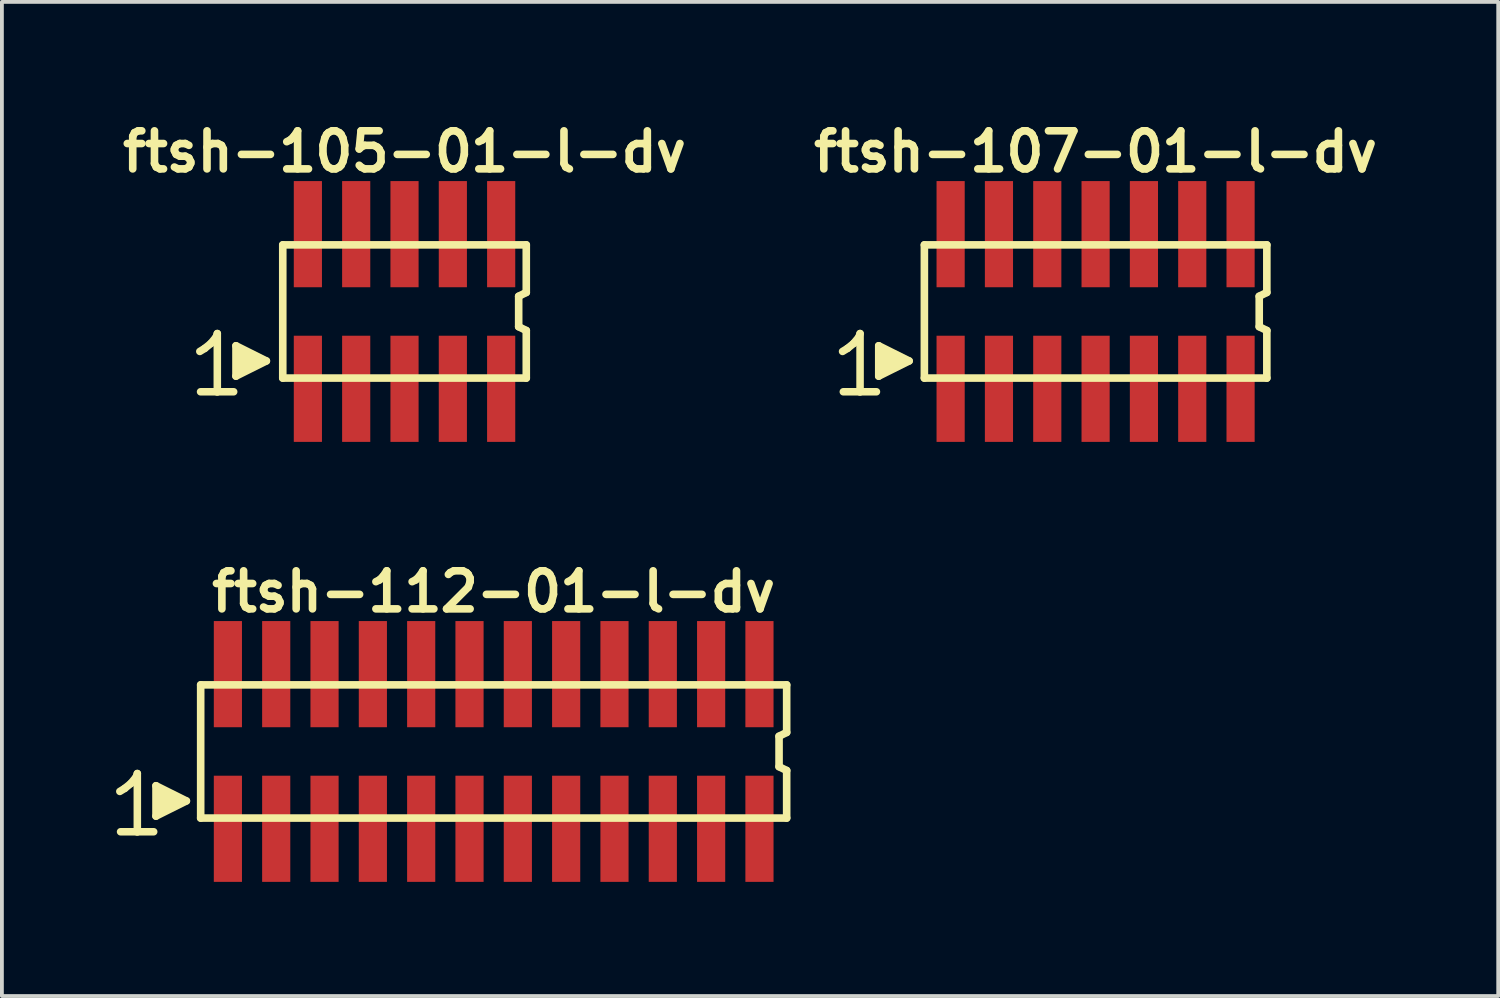
<source format=kicad_pcb>
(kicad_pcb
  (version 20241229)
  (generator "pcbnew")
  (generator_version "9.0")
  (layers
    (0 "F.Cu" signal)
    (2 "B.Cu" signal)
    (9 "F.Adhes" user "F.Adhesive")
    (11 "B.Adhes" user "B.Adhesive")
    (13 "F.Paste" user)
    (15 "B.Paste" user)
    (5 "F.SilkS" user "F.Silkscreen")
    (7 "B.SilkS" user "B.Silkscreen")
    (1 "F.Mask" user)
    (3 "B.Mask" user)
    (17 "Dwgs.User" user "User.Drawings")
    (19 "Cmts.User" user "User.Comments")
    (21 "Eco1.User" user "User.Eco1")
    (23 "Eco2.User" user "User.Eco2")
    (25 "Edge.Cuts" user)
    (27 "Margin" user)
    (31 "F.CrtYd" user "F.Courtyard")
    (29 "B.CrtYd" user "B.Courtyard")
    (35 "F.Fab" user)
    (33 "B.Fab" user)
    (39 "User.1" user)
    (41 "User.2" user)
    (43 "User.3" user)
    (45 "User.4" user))
  (footprint "ftsh-112-01-l-dv"
    (layer "F.Cu")
    (at 9.924 16.699)
    (property "Reference" "ftsh-112-01-l-dv" (at 0 -4.2 0) (layer "F.SilkS") (effects (font (size 1 1) (thickness 0.2))))
    (attr smd)
    (fp_line (start -9.825 1.05) (end -9.695 0.97) (stroke (width 0.198) (type solid)) (layer "F.SilkS"))
    (fp_line (start -9.695 0.97) (end -9.535 0.84) (stroke (width 0.198) (type solid)) (layer "F.SilkS"))
    (fp_line (start -9.535 0.84) (end -9.395 0.67) (stroke (width 0.198) (type solid)) (layer "F.SilkS"))
    (fp_line (start -9.395 0.67) (end -9.365 0.58) (stroke (width 0.198) (type solid)) (layer "F.SilkS"))
    (fp_line (start -9.365 0.58) (end -9.365 2.11) (stroke (width 0.198) (type solid)) (layer "F.SilkS"))
    (fp_line (start -9.365 2.11) (end -9.805 2.11) (stroke (width 0.198) (type solid)) (layer "F.SilkS"))
    (fp_line (start -8.935 2.11) (end -9.375 2.11) (stroke (width 0.198) (type solid)) (layer "F.SilkS"))
    (fp_line (start -8.875 0.9) (end -8.075 1.3) (stroke (width 0.198) (type solid)) (layer "F.SilkS"))
    (fp_line (start -8.875 1.7) (end -8.875 0.9) (stroke (width 0.198) (type solid)) (layer "F.SilkS"))
    (fp_line (start -8.775 1.6) (end -8.775 1) (stroke (width 0.198) (type solid)) (layer "F.SilkS"))
    (fp_line (start -8.675 1.1) (end -8.675 1.5) (stroke (width 0.198) (type solid)) (layer "F.SilkS"))
    (fp_line (start -8.575 1.5) (end -8.575 1.1) (stroke (width 0.198) (type solid)) (layer "F.SilkS"))
    (fp_line (start -8.475 1.2) (end -8.475 1.4) (stroke (width 0.198) (type solid)) (layer "F.SilkS"))
    (fp_line (start -8.375 1.4) (end -8.375 1.2) (stroke (width 0.198) (type solid)) (layer "F.SilkS"))
    (fp_line (start -8.075 1.3) (end -8.875 1.7) (stroke (width 0.198) (type solid)) (layer "F.SilkS"))
    (fp_line (start -7.7 -1.75) (end -7.7 1.75) (stroke (width 0.2) (type solid)) (layer "F.SilkS"))
    (fp_line (start -7.7 -1.75) (end 7.7 -1.75) (stroke (width 0.2) (type solid)) (layer "F.SilkS"))
    (fp_line (start -7.7 1.75) (end 7.7 1.75) (stroke (width 0.2) (type solid)) (layer "F.SilkS"))
    (fp_line (start 7.5 -0.4) (end 7.5 0.4) (stroke (width 0.2) (type solid)) (layer "F.SilkS"))
    (fp_line (start 7.5 0.4) (end 7.7 0.5) (stroke (width 0.2) (type solid)) (layer "F.SilkS"))
    (fp_line (start 7.7 -0.5) (end 7.5 -0.4) (stroke (width 0.2) (type solid)) (layer "F.SilkS"))
    (fp_line (start 7.7 -0.5) (end 7.7 -1.75) (stroke (width 0.2) (type solid)) (layer "F.SilkS"))
    (fp_line (start 7.7 0.5) (end 7.7 1.75) (stroke (width 0.2) (type solid)) (layer "F.SilkS"))
    (pad "1" smd rect (at -6.985 2.032) (size 0.74 2.79) (layers "F.Cu" "F.Mask" "F.Paste"))
    (pad "2" smd rect (at -6.985 -2.032) (size 0.74 2.79) (layers "F.Cu" "F.Mask" "F.Paste"))
    (pad "3" smd rect (at -5.715 2.032) (size 0.74 2.79) (layers "F.Cu" "F.Mask" "F.Paste"))
    (pad "4" smd rect (at -5.715 -2.032) (size 0.74 2.79) (layers "F.Cu" "F.Mask" "F.Paste"))
    (pad "5" smd rect (at -4.445 2.032) (size 0.74 2.79) (layers "F.Cu" "F.Mask" "F.Paste"))
    (pad "6" smd rect (at -4.445 -2.032) (size 0.74 2.79) (layers "F.Cu" "F.Mask" "F.Paste"))
    (pad "7" smd rect (at -3.175 2.032) (size 0.74 2.79) (layers "F.Cu" "F.Mask" "F.Paste"))
    (pad "8" smd rect (at -3.175 -2.032) (size 0.74 2.79) (layers "F.Cu" "F.Mask" "F.Paste"))
    (pad "9" smd rect (at -1.905 2.032) (size 0.74 2.79) (layers "F.Cu" "F.Mask" "F.Paste"))
    (pad "10" smd rect (at -1.905 -2.032) (size 0.74 2.79) (layers "F.Cu" "F.Mask" "F.Paste"))
    (pad "11" smd rect (at -0.635 2.032) (size 0.74 2.79) (layers "F.Cu" "F.Mask" "F.Paste"))
    (pad "12" smd rect (at -0.635 -2.032) (size 0.74 2.79) (layers "F.Cu" "F.Mask" "F.Paste"))
    (pad "13" smd rect (at 0.635 2.032) (size 0.74 2.79) (layers "F.Cu" "F.Mask" "F.Paste"))
    (pad "14" smd rect (at 0.635 -2.032) (size 0.74 2.79) (layers "F.Cu" "F.Mask" "F.Paste"))
    (pad "15" smd rect (at 1.905 2.032) (size 0.74 2.79) (layers "F.Cu" "F.Mask" "F.Paste"))
    (pad "16" smd rect (at 1.905 -2.032) (size 0.74 2.79) (layers "F.Cu" "F.Mask" "F.Paste"))
    (pad "17" smd rect (at 3.175 2.032) (size 0.74 2.79) (layers "F.Cu" "F.Mask" "F.Paste"))
    (pad "18" smd rect (at 3.175 -2.032) (size 0.74 2.79) (layers "F.Cu" "F.Mask" "F.Paste"))
    (pad "19" smd rect (at 4.445 2.032) (size 0.74 2.79) (layers "F.Cu" "F.Mask" "F.Paste"))
    (pad "20" smd rect (at 4.445 -2.032) (size 0.74 2.79) (layers "F.Cu" "F.Mask" "F.Paste"))
    (pad "21" smd rect (at 5.715 2.032) (size 0.74 2.79) (layers "F.Cu" "F.Mask" "F.Paste"))
    (pad "22" smd rect (at 5.715 -2.032) (size 0.74 2.79) (layers "F.Cu" "F.Mask" "F.Paste"))
    (pad "23" smd rect (at 6.985 2.032) (size 0.74 2.79) (layers "F.Cu" "F.Mask" "F.Paste"))
    (pad "24" smd rect (at 6.985 -2.032) (size 0.74 2.79) (layers "F.Cu" "F.Mask" "F.Paste")))
  (footprint "ftsh-105-01-l-dv"
    (layer "F.Cu")
    (at 7.581 5.136)
    (property "Reference" "ftsh-105-01-l-dv" (at 0 -4.2 0) (layer "F.SilkS") (effects (font (size 1 1) (thickness 0.2))))
    (attr smd)
    (fp_line (start -5.38 1.05) (end -5.25 0.97) (stroke (width 0.198) (type solid)) (layer "F.SilkS"))
    (fp_line (start -5.25 0.97) (end -5.09 0.84) (stroke (width 0.198) (type solid)) (layer "F.SilkS"))
    (fp_line (start -5.09 0.84) (end -4.95 0.67) (stroke (width 0.198) (type solid)) (layer "F.SilkS"))
    (fp_line (start -4.95 0.67) (end -4.92 0.58) (stroke (width 0.198) (type solid)) (layer "F.SilkS"))
    (fp_line (start -4.92 0.58) (end -4.92 2.11) (stroke (width 0.198) (type solid)) (layer "F.SilkS"))
    (fp_line (start -4.92 2.11) (end -5.36 2.11) (stroke (width 0.198) (type solid)) (layer "F.SilkS"))
    (fp_line (start -4.49 2.11) (end -4.93 2.11) (stroke (width 0.198) (type solid)) (layer "F.SilkS"))
    (fp_line (start -4.43 0.9) (end -3.63 1.3) (stroke (width 0.198) (type solid)) (layer "F.SilkS"))
    (fp_line (start -4.43 1.7) (end -4.43 0.9) (stroke (width 0.198) (type solid)) (layer "F.SilkS"))
    (fp_line (start -4.33 1.6) (end -4.33 1) (stroke (width 0.198) (type solid)) (layer "F.SilkS"))
    (fp_line (start -4.23 1.1) (end -4.23 1.5) (stroke (width 0.198) (type solid)) (layer "F.SilkS"))
    (fp_line (start -4.13 1.5) (end -4.13 1.1) (stroke (width 0.198) (type solid)) (layer "F.SilkS"))
    (fp_line (start -4.03 1.2) (end -4.03 1.4) (stroke (width 0.198) (type solid)) (layer "F.SilkS"))
    (fp_line (start -3.93 1.4) (end -3.93 1.2) (stroke (width 0.198) (type solid)) (layer "F.SilkS"))
    (fp_line (start -3.63 1.3) (end -4.43 1.7) (stroke (width 0.198) (type solid)) (layer "F.SilkS"))
    (fp_line (start -3.2 -1.75) (end -3.2 1.75) (stroke (width 0.2) (type solid)) (layer "F.SilkS"))
    (fp_line (start -3.2 -1.75) (end 3.2 -1.75) (stroke (width 0.2) (type solid)) (layer "F.SilkS"))
    (fp_line (start -3.2 1.75) (end 3.2 1.75) (stroke (width 0.2) (type solid)) (layer "F.SilkS"))
    (fp_line (start 3 -0.4) (end 3 0.4) (stroke (width 0.2) (type solid)) (layer "F.SilkS"))
    (fp_line (start 3 -0.4) (end 3.2 -0.5) (stroke (width 0.2) (type solid)) (layer "F.SilkS"))
    (fp_line (start 3 0.4) (end 3.2 0.5) (stroke (width 0.2) (type solid)) (layer "F.SilkS"))
    (fp_line (start 3.2 -0.5) (end 3.2 -1.75) (stroke (width 0.2) (type solid)) (layer "F.SilkS"))
    (fp_line (start 3.2 0.5) (end 3.2 1.75) (stroke (width 0.2) (type solid)) (layer "F.SilkS"))
    (pad "1" smd rect (at -2.54 2.032) (size 0.74 2.79) (layers "F.Cu" "F.Mask" "F.Paste"))
    (pad "2" smd rect (at -2.54 -2.032) (size 0.74 2.79) (layers "F.Cu" "F.Mask" "F.Paste"))
    (pad "3" smd rect (at -1.27 2.032) (size 0.74 2.79) (layers "F.Cu" "F.Mask" "F.Paste"))
    (pad "4" smd rect (at -1.27 -2.032) (size 0.74 2.79) (layers "F.Cu" "F.Mask" "F.Paste"))
    (pad "5" smd rect (at 0 2.032) (size 0.74 2.79) (layers "F.Cu" "F.Mask" "F.Paste"))
    (pad "6" smd rect (at 0 -2.032) (size 0.74 2.79) (layers "F.Cu" "F.Mask" "F.Paste"))
    (pad "7" smd rect (at 1.27 2.032) (size 0.74 2.79) (layers "F.Cu" "F.Mask" "F.Paste"))
    (pad "8" smd rect (at 1.27 -2.032) (size 0.74 2.79) (layers "F.Cu" "F.Mask" "F.Paste"))
    (pad "9" smd rect (at 2.54 2.032) (size 0.74 2.79) (layers "F.Cu" "F.Mask" "F.Paste"))
    (pad "10" smd rect (at 2.54 -2.032) (size 0.74 2.79) (layers "F.Cu" "F.Mask" "F.Paste")))
  (footprint "ftsh-107-01-l-dv"
    (layer "F.Cu")
    (at 25.743 5.136)
    (property "Reference" "ftsh-107-01-l-dv" (at 0 -4.2 0) (layer "F.SilkS") (effects (font (size 1 1) (thickness 0.2))))
    (attr smd)
    (fp_line (start -6.65 1.05) (end -6.52 0.97) (stroke (width 0.198) (type solid)) (layer "F.SilkS"))
    (fp_line (start -6.52 0.97) (end -6.36 0.84) (stroke (width 0.198) (type solid)) (layer "F.SilkS"))
    (fp_line (start -6.36 0.84) (end -6.22 0.67) (stroke (width 0.198) (type solid)) (layer "F.SilkS"))
    (fp_line (start -6.22 0.67) (end -6.19 0.58) (stroke (width 0.198) (type solid)) (layer "F.SilkS"))
    (fp_line (start -6.19 0.58) (end -6.19 2.11) (stroke (width 0.198) (type solid)) (layer "F.SilkS"))
    (fp_line (start -6.19 2.11) (end -6.63 2.11) (stroke (width 0.198) (type solid)) (layer "F.SilkS"))
    (fp_line (start -5.76 2.11) (end -6.2 2.11) (stroke (width 0.198) (type solid)) (layer "F.SilkS"))
    (fp_line (start -5.7 0.9) (end -4.9 1.3) (stroke (width 0.198) (type solid)) (layer "F.SilkS"))
    (fp_line (start -5.7 1.7) (end -5.7 0.9) (stroke (width 0.198) (type solid)) (layer "F.SilkS"))
    (fp_line (start -5.6 1.6) (end -5.6 1) (stroke (width 0.198) (type solid)) (layer "F.SilkS"))
    (fp_line (start -5.5 1.1) (end -5.5 1.5) (stroke (width 0.198) (type solid)) (layer "F.SilkS"))
    (fp_line (start -5.4 1.5) (end -5.4 1.1) (stroke (width 0.198) (type solid)) (layer "F.SilkS"))
    (fp_line (start -5.3 1.2) (end -5.3 1.4) (stroke (width 0.198) (type solid)) (layer "F.SilkS"))
    (fp_line (start -5.2 1.4) (end -5.2 1.2) (stroke (width 0.198) (type solid)) (layer "F.SilkS"))
    (fp_line (start -4.9 1.3) (end -5.7 1.7) (stroke (width 0.198) (type solid)) (layer "F.SilkS"))
    (fp_line (start -4.5 -1.75) (end -4.5 1.75) (stroke (width 0.2) (type solid)) (layer "F.SilkS"))
    (fp_line (start -4.5 -1.75) (end 4.5 -1.75) (stroke (width 0.2) (type solid)) (layer "F.SilkS"))
    (fp_line (start -4.5 1.75) (end 4.5 1.75) (stroke (width 0.2) (type solid)) (layer "F.SilkS"))
    (fp_line (start 4.3 -0.4) (end 4.3 0.4) (stroke (width 0.2) (type solid)) (layer "F.SilkS"))
    (fp_line (start 4.3 0.4) (end 4.5 0.5) (stroke (width 0.2) (type solid)) (layer "F.SilkS"))
    (fp_line (start 4.5 -0.5) (end 4.3 -0.4) (stroke (width 0.2) (type solid)) (layer "F.SilkS"))
    (fp_line (start 4.5 -0.5) (end 4.5 -1.75) (stroke (width 0.2) (type solid)) (layer "F.SilkS"))
    (fp_line (start 4.5 0.5) (end 4.5 1.75) (stroke (width 0.2) (type solid)) (layer "F.SilkS"))
    (pad "1" smd rect (at -3.81 2.032) (size 0.74 2.79) (layers "F.Cu" "F.Mask" "F.Paste"))
    (pad "2" smd rect (at -3.81 -2.032) (size 0.74 2.79) (layers "F.Cu" "F.Mask" "F.Paste"))
    (pad "3" smd rect (at -2.54 2.032) (size 0.74 2.79) (layers "F.Cu" "F.Mask" "F.Paste"))
    (pad "4" smd rect (at -2.54 -2.032) (size 0.74 2.79) (layers "F.Cu" "F.Mask" "F.Paste"))
    (pad "5" smd rect (at -1.27 2.032) (size 0.74 2.79) (layers "F.Cu" "F.Mask" "F.Paste"))
    (pad "6" smd rect (at -1.27 -2.032) (size 0.74 2.79) (layers "F.Cu" "F.Mask" "F.Paste"))
    (pad "7" smd rect (at 0 2.032) (size 0.74 2.79) (layers "F.Cu" "F.Mask" "F.Paste"))
    (pad "8" smd rect (at 0 -2.032) (size 0.74 2.79) (layers "F.Cu" "F.Mask" "F.Paste"))
    (pad "9" smd rect (at 1.27 2.032) (size 0.74 2.79) (layers "F.Cu" "F.Mask" "F.Paste"))
    (pad "10" smd rect (at 1.27 -2.032) (size 0.74 2.79) (layers "F.Cu" "F.Mask" "F.Paste"))
    (pad "11" smd rect (at 2.54 2.032) (size 0.74 2.79) (layers "F.Cu" "F.Mask" "F.Paste"))
    (pad "12" smd rect (at 2.54 -2.032) (size 0.74 2.79) (layers "F.Cu" "F.Mask" "F.Paste"))
    (pad "13" smd rect (at 3.81 2.032) (size 0.74 2.79) (layers "F.Cu" "F.Mask" "F.Paste"))
    (pad "14" smd rect (at 3.81 -2.032) (size 0.74 2.79) (layers "F.Cu" "F.Mask" "F.Paste")))
  (gr_rect
    (start -3 -3)
    (end 36.324 23.126)
    (stroke (width 0.1) (type default))
    (fill no)
    (layer "Edge.Cuts")))
</source>
